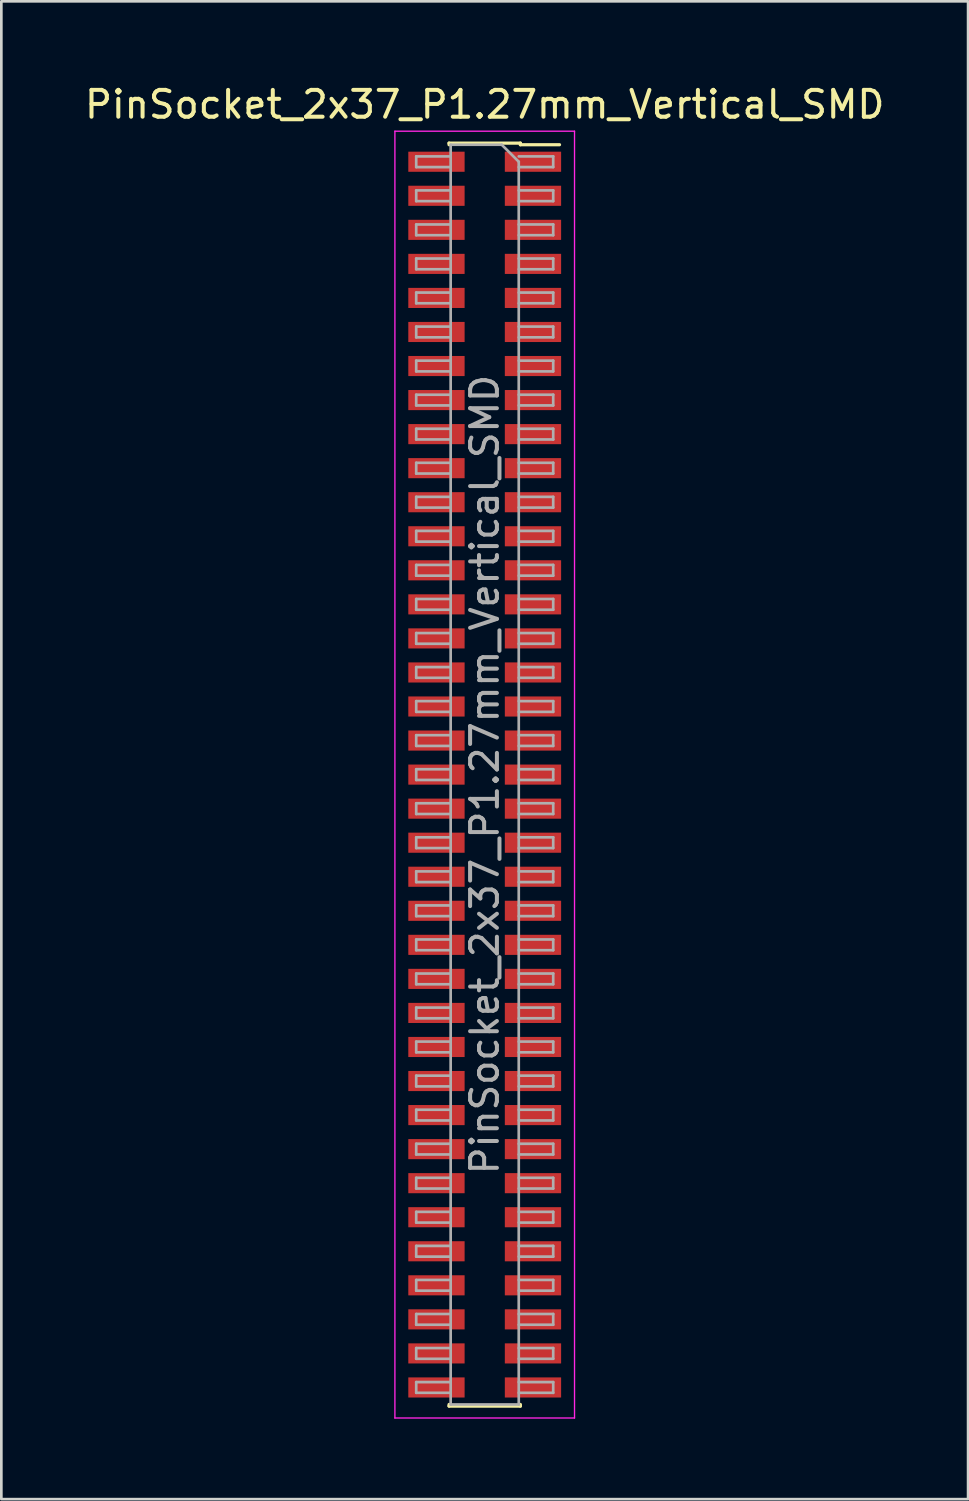
<source format=kicad_pcb>
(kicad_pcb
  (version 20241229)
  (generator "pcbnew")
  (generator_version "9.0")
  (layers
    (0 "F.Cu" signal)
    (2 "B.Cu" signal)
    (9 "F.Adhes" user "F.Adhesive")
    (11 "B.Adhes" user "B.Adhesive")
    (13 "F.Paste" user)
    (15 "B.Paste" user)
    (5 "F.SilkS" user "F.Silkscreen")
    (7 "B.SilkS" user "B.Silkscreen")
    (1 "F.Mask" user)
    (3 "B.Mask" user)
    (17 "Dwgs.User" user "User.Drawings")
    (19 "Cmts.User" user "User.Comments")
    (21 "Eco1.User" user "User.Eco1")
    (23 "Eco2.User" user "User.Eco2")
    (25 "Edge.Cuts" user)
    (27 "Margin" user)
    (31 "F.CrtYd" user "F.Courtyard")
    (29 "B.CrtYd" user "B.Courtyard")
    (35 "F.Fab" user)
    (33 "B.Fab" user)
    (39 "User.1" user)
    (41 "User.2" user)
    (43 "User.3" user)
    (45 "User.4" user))
  (footprint "PinSocket_2x37_P1.27mm_Vertical_SMD"
    (layer "F.Cu")
    (at 15.03 25.843)
    (property "Reference" "PinSocket_2x37_P1.27mm_Vertical_SMD" (at 0 -24.995 0) (layer "F.SilkS") (effects (font (size 1 1) (thickness 0.15))))
    (attr smd)
    (fp_line (start -1.33 -23.555) (end -1.33 -23.495) (stroke (width 0.12) (type solid)) (layer "F.SilkS"))
    (fp_line (start -1.33 -23.555) (end 1.33 -23.555) (stroke (width 0.12) (type solid)) (layer "F.SilkS"))
    (fp_line (start -1.33 23.495) (end -1.33 23.555) (stroke (width 0.12) (type solid)) (layer "F.SilkS"))
    (fp_line (start -1.33 23.555) (end 1.33 23.555) (stroke (width 0.12) (type solid)) (layer "F.SilkS"))
    (fp_line (start 1.33 -23.555) (end 1.33 -23.495) (stroke (width 0.12) (type solid)) (layer "F.SilkS"))
    (fp_line (start 1.33 -23.495) (end 2.79 -23.495) (stroke (width 0.12) (type solid)) (layer "F.SilkS"))
    (fp_line (start 1.33 23.495) (end 1.33 23.555) (stroke (width 0.12) (type solid)) (layer "F.SilkS"))
    (fp_line (start -3.35 -24) (end 3.35 -24) (stroke (width 0.05) (type solid)) (layer "F.CrtYd"))
    (fp_line (start -3.35 24) (end -3.35 -24) (stroke (width 0.05) (type solid)) (layer "F.CrtYd"))
    (fp_line (start 3.35 -24) (end 3.35 24) (stroke (width 0.05) (type solid)) (layer "F.CrtYd"))
    (fp_line (start 3.35 24) (end -3.35 24) (stroke (width 0.05) (type solid)) (layer "F.CrtYd"))
    (fp_line (start -2.555 -23.06) (end -1.27 -23.06) (stroke (width 0.1) (type solid)) (layer "F.Fab"))
    (fp_line (start -2.555 -22.66) (end -2.555 -23.06) (stroke (width 0.1) (type solid)) (layer "F.Fab"))
    (fp_line (start -2.555 -21.79) (end -1.27 -21.79) (stroke (width 0.1) (type solid)) (layer "F.Fab"))
    (fp_line (start -2.555 -21.39) (end -2.555 -21.79) (stroke (width 0.1) (type solid)) (layer "F.Fab"))
    (fp_line (start -2.555 -20.52) (end -1.27 -20.52) (stroke (width 0.1) (type solid)) (layer "F.Fab"))
    (fp_line (start -2.555 -20.12) (end -2.555 -20.52) (stroke (width 0.1) (type solid)) (layer "F.Fab"))
    (fp_line (start -2.555 -19.25) (end -1.27 -19.25) (stroke (width 0.1) (type solid)) (layer "F.Fab"))
    (fp_line (start -2.555 -18.85) (end -2.555 -19.25) (stroke (width 0.1) (type solid)) (layer "F.Fab"))
    (fp_line (start -2.555 -17.98) (end -1.27 -17.98) (stroke (width 0.1) (type solid)) (layer "F.Fab"))
    (fp_line (start -2.555 -17.58) (end -2.555 -17.98) (stroke (width 0.1) (type solid)) (layer "F.Fab"))
    (fp_line (start -2.555 -16.71) (end -1.27 -16.71) (stroke (width 0.1) (type solid)) (layer "F.Fab"))
    (fp_line (start -2.555 -16.31) (end -2.555 -16.71) (stroke (width 0.1) (type solid)) (layer "F.Fab"))
    (fp_line (start -2.555 -15.44) (end -1.27 -15.44) (stroke (width 0.1) (type solid)) (layer "F.Fab"))
    (fp_line (start -2.555 -15.04) (end -2.555 -15.44) (stroke (width 0.1) (type solid)) (layer "F.Fab"))
    (fp_line (start -2.555 -14.17) (end -1.27 -14.17) (stroke (width 0.1) (type solid)) (layer "F.Fab"))
    (fp_line (start -2.555 -13.77) (end -2.555 -14.17) (stroke (width 0.1) (type solid)) (layer "F.Fab"))
    (fp_line (start -2.555 -12.9) (end -1.27 -12.9) (stroke (width 0.1) (type solid)) (layer "F.Fab"))
    (fp_line (start -2.555 -12.5) (end -2.555 -12.9) (stroke (width 0.1) (type solid)) (layer "F.Fab"))
    (fp_line (start -2.555 -11.63) (end -1.27 -11.63) (stroke (width 0.1) (type solid)) (layer "F.Fab"))
    (fp_line (start -2.555 -11.23) (end -2.555 -11.63) (stroke (width 0.1) (type solid)) (layer "F.Fab"))
    (fp_line (start -2.555 -10.36) (end -1.27 -10.36) (stroke (width 0.1) (type solid)) (layer "F.Fab"))
    (fp_line (start -2.555 -9.96) (end -2.555 -10.36) (stroke (width 0.1) (type solid)) (layer "F.Fab"))
    (fp_line (start -2.555 -9.09) (end -1.27 -9.09) (stroke (width 0.1) (type solid)) (layer "F.Fab"))
    (fp_line (start -2.555 -8.69) (end -2.555 -9.09) (stroke (width 0.1) (type solid)) (layer "F.Fab"))
    (fp_line (start -2.555 -7.82) (end -1.27 -7.82) (stroke (width 0.1) (type solid)) (layer "F.Fab"))
    (fp_line (start -2.555 -7.42) (end -2.555 -7.82) (stroke (width 0.1) (type solid)) (layer "F.Fab"))
    (fp_line (start -2.555 -6.55) (end -1.27 -6.55) (stroke (width 0.1) (type solid)) (layer "F.Fab"))
    (fp_line (start -2.555 -6.15) (end -2.555 -6.55) (stroke (width 0.1) (type solid)) (layer "F.Fab"))
    (fp_line (start -2.555 -5.28) (end -1.27 -5.28) (stroke (width 0.1) (type solid)) (layer "F.Fab"))
    (fp_line (start -2.555 -4.88) (end -2.555 -5.28) (stroke (width 0.1) (type solid)) (layer "F.Fab"))
    (fp_line (start -2.555 -4.01) (end -1.27 -4.01) (stroke (width 0.1) (type solid)) (layer "F.Fab"))
    (fp_line (start -2.555 -3.61) (end -2.555 -4.01) (stroke (width 0.1) (type solid)) (layer "F.Fab"))
    (fp_line (start -2.555 -2.74) (end -1.27 -2.74) (stroke (width 0.1) (type solid)) (layer "F.Fab"))
    (fp_line (start -2.555 -2.34) (end -2.555 -2.74) (stroke (width 0.1) (type solid)) (layer "F.Fab"))
    (fp_line (start -2.555 -1.47) (end -1.27 -1.47) (stroke (width 0.1) (type solid)) (layer "F.Fab"))
    (fp_line (start -2.555 -1.07) (end -2.555 -1.47) (stroke (width 0.1) (type solid)) (layer "F.Fab"))
    (fp_line (start -2.555 -0.2) (end -1.27 -0.2) (stroke (width 0.1) (type solid)) (layer "F.Fab"))
    (fp_line (start -2.555 0.2) (end -2.555 -0.2) (stroke (width 0.1) (type solid)) (layer "F.Fab"))
    (fp_line (start -2.555 1.07) (end -1.27 1.07) (stroke (width 0.1) (type solid)) (layer "F.Fab"))
    (fp_line (start -2.555 1.47) (end -2.555 1.07) (stroke (width 0.1) (type solid)) (layer "F.Fab"))
    (fp_line (start -2.555 2.34) (end -1.27 2.34) (stroke (width 0.1) (type solid)) (layer "F.Fab"))
    (fp_line (start -2.555 2.74) (end -2.555 2.34) (stroke (width 0.1) (type solid)) (layer "F.Fab"))
    (fp_line (start -2.555 3.61) (end -1.27 3.61) (stroke (width 0.1) (type solid)) (layer "F.Fab"))
    (fp_line (start -2.555 4.01) (end -2.555 3.61) (stroke (width 0.1) (type solid)) (layer "F.Fab"))
    (fp_line (start -2.555 4.88) (end -1.27 4.88) (stroke (width 0.1) (type solid)) (layer "F.Fab"))
    (fp_line (start -2.555 5.28) (end -2.555 4.88) (stroke (width 0.1) (type solid)) (layer "F.Fab"))
    (fp_line (start -2.555 6.15) (end -1.27 6.15) (stroke (width 0.1) (type solid)) (layer "F.Fab"))
    (fp_line (start -2.555 6.55) (end -2.555 6.15) (stroke (width 0.1) (type solid)) (layer "F.Fab"))
    (fp_line (start -2.555 7.42) (end -1.27 7.42) (stroke (width 0.1) (type solid)) (layer "F.Fab"))
    (fp_line (start -2.555 7.82) (end -2.555 7.42) (stroke (width 0.1) (type solid)) (layer "F.Fab"))
    (fp_line (start -2.555 8.69) (end -1.27 8.69) (stroke (width 0.1) (type solid)) (layer "F.Fab"))
    (fp_line (start -2.555 9.09) (end -2.555 8.69) (stroke (width 0.1) (type solid)) (layer "F.Fab"))
    (fp_line (start -2.555 9.96) (end -1.27 9.96) (stroke (width 0.1) (type solid)) (layer "F.Fab"))
    (fp_line (start -2.555 10.36) (end -2.555 9.96) (stroke (width 0.1) (type solid)) (layer "F.Fab"))
    (fp_line (start -2.555 11.23) (end -1.27 11.23) (stroke (width 0.1) (type solid)) (layer "F.Fab"))
    (fp_line (start -2.555 11.63) (end -2.555 11.23) (stroke (width 0.1) (type solid)) (layer "F.Fab"))
    (fp_line (start -2.555 12.5) (end -1.27 12.5) (stroke (width 0.1) (type solid)) (layer "F.Fab"))
    (fp_line (start -2.555 12.9) (end -2.555 12.5) (stroke (width 0.1) (type solid)) (layer "F.Fab"))
    (fp_line (start -2.555 13.77) (end -1.27 13.77) (stroke (width 0.1) (type solid)) (layer "F.Fab"))
    (fp_line (start -2.555 14.17) (end -2.555 13.77) (stroke (width 0.1) (type solid)) (layer "F.Fab"))
    (fp_line (start -2.555 15.04) (end -1.27 15.04) (stroke (width 0.1) (type solid)) (layer "F.Fab"))
    (fp_line (start -2.555 15.44) (end -2.555 15.04) (stroke (width 0.1) (type solid)) (layer "F.Fab"))
    (fp_line (start -2.555 16.31) (end -1.27 16.31) (stroke (width 0.1) (type solid)) (layer "F.Fab"))
    (fp_line (start -2.555 16.71) (end -2.555 16.31) (stroke (width 0.1) (type solid)) (layer "F.Fab"))
    (fp_line (start -2.555 17.58) (end -1.27 17.58) (stroke (width 0.1) (type solid)) (layer "F.Fab"))
    (fp_line (start -2.555 17.98) (end -2.555 17.58) (stroke (width 0.1) (type solid)) (layer "F.Fab"))
    (fp_line (start -2.555 18.85) (end -1.27 18.85) (stroke (width 0.1) (type solid)) (layer "F.Fab"))
    (fp_line (start -2.555 19.25) (end -2.555 18.85) (stroke (width 0.1) (type solid)) (layer "F.Fab"))
    (fp_line (start -2.555 20.12) (end -1.27 20.12) (stroke (width 0.1) (type solid)) (layer "F.Fab"))
    (fp_line (start -2.555 20.52) (end -2.555 20.12) (stroke (width 0.1) (type solid)) (layer "F.Fab"))
    (fp_line (start -2.555 21.39) (end -1.27 21.39) (stroke (width 0.1) (type solid)) (layer "F.Fab"))
    (fp_line (start -2.555 21.79) (end -2.555 21.39) (stroke (width 0.1) (type solid)) (layer "F.Fab"))
    (fp_line (start -2.555 22.66) (end -1.27 22.66) (stroke (width 0.1) (type solid)) (layer "F.Fab"))
    (fp_line (start -2.555 23.06) (end -2.555 22.66) (stroke (width 0.1) (type solid)) (layer "F.Fab"))
    (fp_line (start -1.27 -23.495) (end 0.635 -23.495) (stroke (width 0.1) (type solid)) (layer "F.Fab"))
    (fp_line (start -1.27 -22.66) (end -2.555 -22.66) (stroke (width 0.1) (type solid)) (layer "F.Fab"))
    (fp_line (start -1.27 -21.39) (end -2.555 -21.39) (stroke (width 0.1) (type solid)) (layer "F.Fab"))
    (fp_line (start -1.27 -20.12) (end -2.555 -20.12) (stroke (width 0.1) (type solid)) (layer "F.Fab"))
    (fp_line (start -1.27 -18.85) (end -2.555 -18.85) (stroke (width 0.1) (type solid)) (layer "F.Fab"))
    (fp_line (start -1.27 -17.58) (end -2.555 -17.58) (stroke (width 0.1) (type solid)) (layer "F.Fab"))
    (fp_line (start -1.27 -16.31) (end -2.555 -16.31) (stroke (width 0.1) (type solid)) (layer "F.Fab"))
    (fp_line (start -1.27 -15.04) (end -2.555 -15.04) (stroke (width 0.1) (type solid)) (layer "F.Fab"))
    (fp_line (start -1.27 -13.77) (end -2.555 -13.77) (stroke (width 0.1) (type solid)) (layer "F.Fab"))
    (fp_line (start -1.27 -12.5) (end -2.555 -12.5) (stroke (width 0.1) (type solid)) (layer "F.Fab"))
    (fp_line (start -1.27 -11.23) (end -2.555 -11.23) (stroke (width 0.1) (type solid)) (layer "F.Fab"))
    (fp_line (start -1.27 -9.96) (end -2.555 -9.96) (stroke (width 0.1) (type solid)) (layer "F.Fab"))
    (fp_line (start -1.27 -8.69) (end -2.555 -8.69) (stroke (width 0.1) (type solid)) (layer "F.Fab"))
    (fp_line (start -1.27 -7.42) (end -2.555 -7.42) (stroke (width 0.1) (type solid)) (layer "F.Fab"))
    (fp_line (start -1.27 -6.15) (end -2.555 -6.15) (stroke (width 0.1) (type solid)) (layer "F.Fab"))
    (fp_line (start -1.27 -4.88) (end -2.555 -4.88) (stroke (width 0.1) (type solid)) (layer "F.Fab"))
    (fp_line (start -1.27 -3.61) (end -2.555 -3.61) (stroke (width 0.1) (type solid)) (layer "F.Fab"))
    (fp_line (start -1.27 -2.34) (end -2.555 -2.34) (stroke (width 0.1) (type solid)) (layer "F.Fab"))
    (fp_line (start -1.27 -1.07) (end -2.555 -1.07) (stroke (width 0.1) (type solid)) (layer "F.Fab"))
    (fp_line (start -1.27 0.2) (end -2.555 0.2) (stroke (width 0.1) (type solid)) (layer "F.Fab"))
    (fp_line (start -1.27 1.47) (end -2.555 1.47) (stroke (width 0.1) (type solid)) (layer "F.Fab"))
    (fp_line (start -1.27 2.74) (end -2.555 2.74) (stroke (width 0.1) (type solid)) (layer "F.Fab"))
    (fp_line (start -1.27 4.01) (end -2.555 4.01) (stroke (width 0.1) (type solid)) (layer "F.Fab"))
    (fp_line (start -1.27 5.28) (end -2.555 5.28) (stroke (width 0.1) (type solid)) (layer "F.Fab"))
    (fp_line (start -1.27 6.55) (end -2.555 6.55) (stroke (width 0.1) (type solid)) (layer "F.Fab"))
    (fp_line (start -1.27 7.82) (end -2.555 7.82) (stroke (width 0.1) (type solid)) (layer "F.Fab"))
    (fp_line (start -1.27 9.09) (end -2.555 9.09) (stroke (width 0.1) (type solid)) (layer "F.Fab"))
    (fp_line (start -1.27 10.36) (end -2.555 10.36) (stroke (width 0.1) (type solid)) (layer "F.Fab"))
    (fp_line (start -1.27 11.63) (end -2.555 11.63) (stroke (width 0.1) (type solid)) (layer "F.Fab"))
    (fp_line (start -1.27 12.9) (end -2.555 12.9) (stroke (width 0.1) (type solid)) (layer "F.Fab"))
    (fp_line (start -1.27 14.17) (end -2.555 14.17) (stroke (width 0.1) (type solid)) (layer "F.Fab"))
    (fp_line (start -1.27 15.44) (end -2.555 15.44) (stroke (width 0.1) (type solid)) (layer "F.Fab"))
    (fp_line (start -1.27 16.71) (end -2.555 16.71) (stroke (width 0.1) (type solid)) (layer "F.Fab"))
    (fp_line (start -1.27 17.98) (end -2.555 17.98) (stroke (width 0.1) (type solid)) (layer "F.Fab"))
    (fp_line (start -1.27 19.25) (end -2.555 19.25) (stroke (width 0.1) (type solid)) (layer "F.Fab"))
    (fp_line (start -1.27 20.52) (end -2.555 20.52) (stroke (width 0.1) (type solid)) (layer "F.Fab"))
    (fp_line (start -1.27 21.79) (end -2.555 21.79) (stroke (width 0.1) (type solid)) (layer "F.Fab"))
    (fp_line (start -1.27 23.06) (end -2.555 23.06) (stroke (width 0.1) (type solid)) (layer "F.Fab"))
    (fp_line (start -1.27 23.495) (end -1.27 -23.495) (stroke (width 0.1) (type solid)) (layer "F.Fab"))
    (fp_line (start 0.635 -23.495) (end 1.27 -22.86) (stroke (width 0.1) (type solid)) (layer "F.Fab"))
    (fp_line (start 1.27 -23.06) (end 2.555 -23.06) (stroke (width 0.1) (type solid)) (layer "F.Fab"))
    (fp_line (start 1.27 -22.86) (end 1.27 23.495) (stroke (width 0.1) (type solid)) (layer "F.Fab"))
    (fp_line (start 1.27 -21.79) (end 2.555 -21.79) (stroke (width 0.1) (type solid)) (layer "F.Fab"))
    (fp_line (start 1.27 -20.52) (end 2.555 -20.52) (stroke (width 0.1) (type solid)) (layer "F.Fab"))
    (fp_line (start 1.27 -19.25) (end 2.555 -19.25) (stroke (width 0.1) (type solid)) (layer "F.Fab"))
    (fp_line (start 1.27 -17.98) (end 2.555 -17.98) (stroke (width 0.1) (type solid)) (layer "F.Fab"))
    (fp_line (start 1.27 -16.71) (end 2.555 -16.71) (stroke (width 0.1) (type solid)) (layer "F.Fab"))
    (fp_line (start 1.27 -15.44) (end 2.555 -15.44) (stroke (width 0.1) (type solid)) (layer "F.Fab"))
    (fp_line (start 1.27 -14.17) (end 2.555 -14.17) (stroke (width 0.1) (type solid)) (layer "F.Fab"))
    (fp_line (start 1.27 -12.9) (end 2.555 -12.9) (stroke (width 0.1) (type solid)) (layer "F.Fab"))
    (fp_line (start 1.27 -11.63) (end 2.555 -11.63) (stroke (width 0.1) (type solid)) (layer "F.Fab"))
    (fp_line (start 1.27 -10.36) (end 2.555 -10.36) (stroke (width 0.1) (type solid)) (layer "F.Fab"))
    (fp_line (start 1.27 -9.09) (end 2.555 -9.09) (stroke (width 0.1) (type solid)) (layer "F.Fab"))
    (fp_line (start 1.27 -7.82) (end 2.555 -7.82) (stroke (width 0.1) (type solid)) (layer "F.Fab"))
    (fp_line (start 1.27 -6.55) (end 2.555 -6.55) (stroke (width 0.1) (type solid)) (layer "F.Fab"))
    (fp_line (start 1.27 -5.28) (end 2.555 -5.28) (stroke (width 0.1) (type solid)) (layer "F.Fab"))
    (fp_line (start 1.27 -4.01) (end 2.555 -4.01) (stroke (width 0.1) (type solid)) (layer "F.Fab"))
    (fp_line (start 1.27 -2.74) (end 2.555 -2.74) (stroke (width 0.1) (type solid)) (layer "F.Fab"))
    (fp_line (start 1.27 -1.47) (end 2.555 -1.47) (stroke (width 0.1) (type solid)) (layer "F.Fab"))
    (fp_line (start 1.27 -0.2) (end 2.555 -0.2) (stroke (width 0.1) (type solid)) (layer "F.Fab"))
    (fp_line (start 1.27 1.07) (end 2.555 1.07) (stroke (width 0.1) (type solid)) (layer "F.Fab"))
    (fp_line (start 1.27 2.34) (end 2.555 2.34) (stroke (width 0.1) (type solid)) (layer "F.Fab"))
    (fp_line (start 1.27 3.61) (end 2.555 3.61) (stroke (width 0.1) (type solid)) (layer "F.Fab"))
    (fp_line (start 1.27 4.88) (end 2.555 4.88) (stroke (width 0.1) (type solid)) (layer "F.Fab"))
    (fp_line (start 1.27 6.15) (end 2.555 6.15) (stroke (width 0.1) (type solid)) (layer "F.Fab"))
    (fp_line (start 1.27 7.42) (end 2.555 7.42) (stroke (width 0.1) (type solid)) (layer "F.Fab"))
    (fp_line (start 1.27 8.69) (end 2.555 8.69) (stroke (width 0.1) (type solid)) (layer "F.Fab"))
    (fp_line (start 1.27 9.96) (end 2.555 9.96) (stroke (width 0.1) (type solid)) (layer "F.Fab"))
    (fp_line (start 1.27 11.23) (end 2.555 11.23) (stroke (width 0.1) (type solid)) (layer "F.Fab"))
    (fp_line (start 1.27 12.5) (end 2.555 12.5) (stroke (width 0.1) (type solid)) (layer "F.Fab"))
    (fp_line (start 1.27 13.77) (end 2.555 13.77) (stroke (width 0.1) (type solid)) (layer "F.Fab"))
    (fp_line (start 1.27 15.04) (end 2.555 15.04) (stroke (width 0.1) (type solid)) (layer "F.Fab"))
    (fp_line (start 1.27 16.31) (end 2.555 16.31) (stroke (width 0.1) (type solid)) (layer "F.Fab"))
    (fp_line (start 1.27 17.58) (end 2.555 17.58) (stroke (width 0.1) (type solid)) (layer "F.Fab"))
    (fp_line (start 1.27 18.85) (end 2.555 18.85) (stroke (width 0.1) (type solid)) (layer "F.Fab"))
    (fp_line (start 1.27 20.12) (end 2.555 20.12) (stroke (width 0.1) (type solid)) (layer "F.Fab"))
    (fp_line (start 1.27 21.39) (end 2.555 21.39) (stroke (width 0.1) (type solid)) (layer "F.Fab"))
    (fp_line (start 1.27 22.66) (end 2.555 22.66) (stroke (width 0.1) (type solid)) (layer "F.Fab"))
    (fp_line (start 1.27 23.495) (end -1.27 23.495) (stroke (width 0.1) (type solid)) (layer "F.Fab"))
    (fp_line (start 2.555 -23.06) (end 2.555 -22.66) (stroke (width 0.1) (type solid)) (layer "F.Fab"))
    (fp_line (start 2.555 -22.66) (end 1.27 -22.66) (stroke (width 0.1) (type solid)) (layer "F.Fab"))
    (fp_line (start 2.555 -21.79) (end 2.555 -21.39) (stroke (width 0.1) (type solid)) (layer "F.Fab"))
    (fp_line (start 2.555 -21.39) (end 1.27 -21.39) (stroke (width 0.1) (type solid)) (layer "F.Fab"))
    (fp_line (start 2.555 -20.52) (end 2.555 -20.12) (stroke (width 0.1) (type solid)) (layer "F.Fab"))
    (fp_line (start 2.555 -20.12) (end 1.27 -20.12) (stroke (width 0.1) (type solid)) (layer "F.Fab"))
    (fp_line (start 2.555 -19.25) (end 2.555 -18.85) (stroke (width 0.1) (type solid)) (layer "F.Fab"))
    (fp_line (start 2.555 -18.85) (end 1.27 -18.85) (stroke (width 0.1) (type solid)) (layer "F.Fab"))
    (fp_line (start 2.555 -17.98) (end 2.555 -17.58) (stroke (width 0.1) (type solid)) (layer "F.Fab"))
    (fp_line (start 2.555 -17.58) (end 1.27 -17.58) (stroke (width 0.1) (type solid)) (layer "F.Fab"))
    (fp_line (start 2.555 -16.71) (end 2.555 -16.31) (stroke (width 0.1) (type solid)) (layer "F.Fab"))
    (fp_line (start 2.555 -16.31) (end 1.27 -16.31) (stroke (width 0.1) (type solid)) (layer "F.Fab"))
    (fp_line (start 2.555 -15.44) (end 2.555 -15.04) (stroke (width 0.1) (type solid)) (layer "F.Fab"))
    (fp_line (start 2.555 -15.04) (end 1.27 -15.04) (stroke (width 0.1) (type solid)) (layer "F.Fab"))
    (fp_line (start 2.555 -14.17) (end 2.555 -13.77) (stroke (width 0.1) (type solid)) (layer "F.Fab"))
    (fp_line (start 2.555 -13.77) (end 1.27 -13.77) (stroke (width 0.1) (type solid)) (layer "F.Fab"))
    (fp_line (start 2.555 -12.9) (end 2.555 -12.5) (stroke (width 0.1) (type solid)) (layer "F.Fab"))
    (fp_line (start 2.555 -12.5) (end 1.27 -12.5) (stroke (width 0.1) (type solid)) (layer "F.Fab"))
    (fp_line (start 2.555 -11.63) (end 2.555 -11.23) (stroke (width 0.1) (type solid)) (layer "F.Fab"))
    (fp_line (start 2.555 -11.23) (end 1.27 -11.23) (stroke (width 0.1) (type solid)) (layer "F.Fab"))
    (fp_line (start 2.555 -10.36) (end 2.555 -9.96) (stroke (width 0.1) (type solid)) (layer "F.Fab"))
    (fp_line (start 2.555 -9.96) (end 1.27 -9.96) (stroke (width 0.1) (type solid)) (layer "F.Fab"))
    (fp_line (start 2.555 -9.09) (end 2.555 -8.69) (stroke (width 0.1) (type solid)) (layer "F.Fab"))
    (fp_line (start 2.555 -8.69) (end 1.27 -8.69) (stroke (width 0.1) (type solid)) (layer "F.Fab"))
    (fp_line (start 2.555 -7.82) (end 2.555 -7.42) (stroke (width 0.1) (type solid)) (layer "F.Fab"))
    (fp_line (start 2.555 -7.42) (end 1.27 -7.42) (stroke (width 0.1) (type solid)) (layer "F.Fab"))
    (fp_line (start 2.555 -6.55) (end 2.555 -6.15) (stroke (width 0.1) (type solid)) (layer "F.Fab"))
    (fp_line (start 2.555 -6.15) (end 1.27 -6.15) (stroke (width 0.1) (type solid)) (layer "F.Fab"))
    (fp_line (start 2.555 -5.28) (end 2.555 -4.88) (stroke (width 0.1) (type solid)) (layer "F.Fab"))
    (fp_line (start 2.555 -4.88) (end 1.27 -4.88) (stroke (width 0.1) (type solid)) (layer "F.Fab"))
    (fp_line (start 2.555 -4.01) (end 2.555 -3.61) (stroke (width 0.1) (type solid)) (layer "F.Fab"))
    (fp_line (start 2.555 -3.61) (end 1.27 -3.61) (stroke (width 0.1) (type solid)) (layer "F.Fab"))
    (fp_line (start 2.555 -2.74) (end 2.555 -2.34) (stroke (width 0.1) (type solid)) (layer "F.Fab"))
    (fp_line (start 2.555 -2.34) (end 1.27 -2.34) (stroke (width 0.1) (type solid)) (layer "F.Fab"))
    (fp_line (start 2.555 -1.47) (end 2.555 -1.07) (stroke (width 0.1) (type solid)) (layer "F.Fab"))
    (fp_line (start 2.555 -1.07) (end 1.27 -1.07) (stroke (width 0.1) (type solid)) (layer "F.Fab"))
    (fp_line (start 2.555 -0.2) (end 2.555 0.2) (stroke (width 0.1) (type solid)) (layer "F.Fab"))
    (fp_line (start 2.555 0.2) (end 1.27 0.2) (stroke (width 0.1) (type solid)) (layer "F.Fab"))
    (fp_line (start 2.555 1.07) (end 2.555 1.47) (stroke (width 0.1) (type solid)) (layer "F.Fab"))
    (fp_line (start 2.555 1.47) (end 1.27 1.47) (stroke (width 0.1) (type solid)) (layer "F.Fab"))
    (fp_line (start 2.555 2.34) (end 2.555 2.74) (stroke (width 0.1) (type solid)) (layer "F.Fab"))
    (fp_line (start 2.555 2.74) (end 1.27 2.74) (stroke (width 0.1) (type solid)) (layer "F.Fab"))
    (fp_line (start 2.555 3.61) (end 2.555 4.01) (stroke (width 0.1) (type solid)) (layer "F.Fab"))
    (fp_line (start 2.555 4.01) (end 1.27 4.01) (stroke (width 0.1) (type solid)) (layer "F.Fab"))
    (fp_line (start 2.555 4.88) (end 2.555 5.28) (stroke (width 0.1) (type solid)) (layer "F.Fab"))
    (fp_line (start 2.555 5.28) (end 1.27 5.28) (stroke (width 0.1) (type solid)) (layer "F.Fab"))
    (fp_line (start 2.555 6.15) (end 2.555 6.55) (stroke (width 0.1) (type solid)) (layer "F.Fab"))
    (fp_line (start 2.555 6.55) (end 1.27 6.55) (stroke (width 0.1) (type solid)) (layer "F.Fab"))
    (fp_line (start 2.555 7.42) (end 2.555 7.82) (stroke (width 0.1) (type solid)) (layer "F.Fab"))
    (fp_line (start 2.555 7.82) (end 1.27 7.82) (stroke (width 0.1) (type solid)) (layer "F.Fab"))
    (fp_line (start 2.555 8.69) (end 2.555 9.09) (stroke (width 0.1) (type solid)) (layer "F.Fab"))
    (fp_line (start 2.555 9.09) (end 1.27 9.09) (stroke (width 0.1) (type solid)) (layer "F.Fab"))
    (fp_line (start 2.555 9.96) (end 2.555 10.36) (stroke (width 0.1) (type solid)) (layer "F.Fab"))
    (fp_line (start 2.555 10.36) (end 1.27 10.36) (stroke (width 0.1) (type solid)) (layer "F.Fab"))
    (fp_line (start 2.555 11.23) (end 2.555 11.63) (stroke (width 0.1) (type solid)) (layer "F.Fab"))
    (fp_line (start 2.555 11.63) (end 1.27 11.63) (stroke (width 0.1) (type solid)) (layer "F.Fab"))
    (fp_line (start 2.555 12.5) (end 2.555 12.9) (stroke (width 0.1) (type solid)) (layer "F.Fab"))
    (fp_line (start 2.555 12.9) (end 1.27 12.9) (stroke (width 0.1) (type solid)) (layer "F.Fab"))
    (fp_line (start 2.555 13.77) (end 2.555 14.17) (stroke (width 0.1) (type solid)) (layer "F.Fab"))
    (fp_line (start 2.555 14.17) (end 1.27 14.17) (stroke (width 0.1) (type solid)) (layer "F.Fab"))
    (fp_line (start 2.555 15.04) (end 2.555 15.44) (stroke (width 0.1) (type solid)) (layer "F.Fab"))
    (fp_line (start 2.555 15.44) (end 1.27 15.44) (stroke (width 0.1) (type solid)) (layer "F.Fab"))
    (fp_line (start 2.555 16.31) (end 2.555 16.71) (stroke (width 0.1) (type solid)) (layer "F.Fab"))
    (fp_line (start 2.555 16.71) (end 1.27 16.71) (stroke (width 0.1) (type solid)) (layer "F.Fab"))
    (fp_line (start 2.555 17.58) (end 2.555 17.98) (stroke (width 0.1) (type solid)) (layer "F.Fab"))
    (fp_line (start 2.555 17.98) (end 1.27 17.98) (stroke (width 0.1) (type solid)) (layer "F.Fab"))
    (fp_line (start 2.555 18.85) (end 2.555 19.25) (stroke (width 0.1) (type solid)) (layer "F.Fab"))
    (fp_line (start 2.555 19.25) (end 1.27 19.25) (stroke (width 0.1) (type solid)) (layer "F.Fab"))
    (fp_line (start 2.555 20.12) (end 2.555 20.52) (stroke (width 0.1) (type solid)) (layer "F.Fab"))
    (fp_line (start 2.555 20.52) (end 1.27 20.52) (stroke (width 0.1) (type solid)) (layer "F.Fab"))
    (fp_line (start 2.555 21.39) (end 2.555 21.79) (stroke (width 0.1) (type solid)) (layer "F.Fab"))
    (fp_line (start 2.555 21.79) (end 1.27 21.79) (stroke (width 0.1) (type solid)) (layer "F.Fab"))
    (fp_line (start 2.555 22.66) (end 2.555 23.06) (stroke (width 0.1) (type solid)) (layer "F.Fab"))
    (fp_line (start 2.555 23.06) (end 1.27 23.06) (stroke (width 0.1) (type solid)) (layer "F.Fab"))
    (fp_text user "${REFERENCE}" (at 0 0 90) (layer "F.Fab") (effects (font (size 1 1) (thickness 0.15))))
    (pad "1" smd rect (at 1.8 -22.86) (size 2.1 0.75) (layers "F.Cu" "F.Mask" "F.Paste"))
    (pad "2" smd rect (at -1.8 -22.86) (size 2.1 0.75) (layers "F.Cu" "F.Mask" "F.Paste"))
    (pad "3" smd rect (at 1.8 -21.59) (size 2.1 0.75) (layers "F.Cu" "F.Mask" "F.Paste"))
    (pad "4" smd rect (at -1.8 -21.59) (size 2.1 0.75) (layers "F.Cu" "F.Mask" "F.Paste"))
    (pad "5" smd rect (at 1.8 -20.32) (size 2.1 0.75) (layers "F.Cu" "F.Mask" "F.Paste"))
    (pad "6" smd rect (at -1.8 -20.32) (size 2.1 0.75) (layers "F.Cu" "F.Mask" "F.Paste"))
    (pad "7" smd rect (at 1.8 -19.05) (size 2.1 0.75) (layers "F.Cu" "F.Mask" "F.Paste"))
    (pad "8" smd rect (at -1.8 -19.05) (size 2.1 0.75) (layers "F.Cu" "F.Mask" "F.Paste"))
    (pad "9" smd rect (at 1.8 -17.78) (size 2.1 0.75) (layers "F.Cu" "F.Mask" "F.Paste"))
    (pad "10" smd rect (at -1.8 -17.78) (size 2.1 0.75) (layers "F.Cu" "F.Mask" "F.Paste"))
    (pad "11" smd rect (at 1.8 -16.51) (size 2.1 0.75) (layers "F.Cu" "F.Mask" "F.Paste"))
    (pad "12" smd rect (at -1.8 -16.51) (size 2.1 0.75) (layers "F.Cu" "F.Mask" "F.Paste"))
    (pad "13" smd rect (at 1.8 -15.24) (size 2.1 0.75) (layers "F.Cu" "F.Mask" "F.Paste"))
    (pad "14" smd rect (at -1.8 -15.24) (size 2.1 0.75) (layers "F.Cu" "F.Mask" "F.Paste"))
    (pad "15" smd rect (at 1.8 -13.97) (size 2.1 0.75) (layers "F.Cu" "F.Mask" "F.Paste"))
    (pad "16" smd rect (at -1.8 -13.97) (size 2.1 0.75) (layers "F.Cu" "F.Mask" "F.Paste"))
    (pad "17" smd rect (at 1.8 -12.7) (size 2.1 0.75) (layers "F.Cu" "F.Mask" "F.Paste"))
    (pad "18" smd rect (at -1.8 -12.7) (size 2.1 0.75) (layers "F.Cu" "F.Mask" "F.Paste"))
    (pad "19" smd rect (at 1.8 -11.43) (size 2.1 0.75) (layers "F.Cu" "F.Mask" "F.Paste"))
    (pad "20" smd rect (at -1.8 -11.43) (size 2.1 0.75) (layers "F.Cu" "F.Mask" "F.Paste"))
    (pad "21" smd rect (at 1.8 -10.16) (size 2.1 0.75) (layers "F.Cu" "F.Mask" "F.Paste"))
    (pad "22" smd rect (at -1.8 -10.16) (size 2.1 0.75) (layers "F.Cu" "F.Mask" "F.Paste"))
    (pad "23" smd rect (at 1.8 -8.89) (size 2.1 0.75) (layers "F.Cu" "F.Mask" "F.Paste"))
    (pad "24" smd rect (at -1.8 -8.89) (size 2.1 0.75) (layers "F.Cu" "F.Mask" "F.Paste"))
    (pad "25" smd rect (at 1.8 -7.62) (size 2.1 0.75) (layers "F.Cu" "F.Mask" "F.Paste"))
    (pad "26" smd rect (at -1.8 -7.62) (size 2.1 0.75) (layers "F.Cu" "F.Mask" "F.Paste"))
    (pad "27" smd rect (at 1.8 -6.35) (size 2.1 0.75) (layers "F.Cu" "F.Mask" "F.Paste"))
    (pad "28" smd rect (at -1.8 -6.35) (size 2.1 0.75) (layers "F.Cu" "F.Mask" "F.Paste"))
    (pad "29" smd rect (at 1.8 -5.08) (size 2.1 0.75) (layers "F.Cu" "F.Mask" "F.Paste"))
    (pad "30" smd rect (at -1.8 -5.08) (size 2.1 0.75) (layers "F.Cu" "F.Mask" "F.Paste"))
    (pad "31" smd rect (at 1.8 -3.81) (size 2.1 0.75) (layers "F.Cu" "F.Mask" "F.Paste"))
    (pad "32" smd rect (at -1.8 -3.81) (size 2.1 0.75) (layers "F.Cu" "F.Mask" "F.Paste"))
    (pad "33" smd rect (at 1.8 -2.54) (size 2.1 0.75) (layers "F.Cu" "F.Mask" "F.Paste"))
    (pad "34" smd rect (at -1.8 -2.54) (size 2.1 0.75) (layers "F.Cu" "F.Mask" "F.Paste"))
    (pad "35" smd rect (at 1.8 -1.27) (size 2.1 0.75) (layers "F.Cu" "F.Mask" "F.Paste"))
    (pad "36" smd rect (at -1.8 -1.27) (size 2.1 0.75) (layers "F.Cu" "F.Mask" "F.Paste"))
    (pad "37" smd rect (at 1.8 0) (size 2.1 0.75) (layers "F.Cu" "F.Mask" "F.Paste"))
    (pad "38" smd rect (at -1.8 0) (size 2.1 0.75) (layers "F.Cu" "F.Mask" "F.Paste"))
    (pad "39" smd rect (at 1.8 1.27) (size 2.1 0.75) (layers "F.Cu" "F.Mask" "F.Paste"))
    (pad "40" smd rect (at -1.8 1.27) (size 2.1 0.75) (layers "F.Cu" "F.Mask" "F.Paste"))
    (pad "41" smd rect (at 1.8 2.54) (size 2.1 0.75) (layers "F.Cu" "F.Mask" "F.Paste"))
    (pad "42" smd rect (at -1.8 2.54) (size 2.1 0.75) (layers "F.Cu" "F.Mask" "F.Paste"))
    (pad "43" smd rect (at 1.8 3.81) (size 2.1 0.75) (layers "F.Cu" "F.Mask" "F.Paste"))
    (pad "44" smd rect (at -1.8 3.81) (size 2.1 0.75) (layers "F.Cu" "F.Mask" "F.Paste"))
    (pad "45" smd rect (at 1.8 5.08) (size 2.1 0.75) (layers "F.Cu" "F.Mask" "F.Paste"))
    (pad "46" smd rect (at -1.8 5.08) (size 2.1 0.75) (layers "F.Cu" "F.Mask" "F.Paste"))
    (pad "47" smd rect (at 1.8 6.35) (size 2.1 0.75) (layers "F.Cu" "F.Mask" "F.Paste"))
    (pad "48" smd rect (at -1.8 6.35) (size 2.1 0.75) (layers "F.Cu" "F.Mask" "F.Paste"))
    (pad "49" smd rect (at 1.8 7.62) (size 2.1 0.75) (layers "F.Cu" "F.Mask" "F.Paste"))
    (pad "50" smd rect (at -1.8 7.62) (size 2.1 0.75) (layers "F.Cu" "F.Mask" "F.Paste"))
    (pad "51" smd rect (at 1.8 8.89) (size 2.1 0.75) (layers "F.Cu" "F.Mask" "F.Paste"))
    (pad "52" smd rect (at -1.8 8.89) (size 2.1 0.75) (layers "F.Cu" "F.Mask" "F.Paste"))
    (pad "53" smd rect (at 1.8 10.16) (size 2.1 0.75) (layers "F.Cu" "F.Mask" "F.Paste"))
    (pad "54" smd rect (at -1.8 10.16) (size 2.1 0.75) (layers "F.Cu" "F.Mask" "F.Paste"))
    (pad "55" smd rect (at 1.8 11.43) (size 2.1 0.75) (layers "F.Cu" "F.Mask" "F.Paste"))
    (pad "56" smd rect (at -1.8 11.43) (size 2.1 0.75) (layers "F.Cu" "F.Mask" "F.Paste"))
    (pad "57" smd rect (at 1.8 12.7) (size 2.1 0.75) (layers "F.Cu" "F.Mask" "F.Paste"))
    (pad "58" smd rect (at -1.8 12.7) (size 2.1 0.75) (layers "F.Cu" "F.Mask" "F.Paste"))
    (pad "59" smd rect (at 1.8 13.97) (size 2.1 0.75) (layers "F.Cu" "F.Mask" "F.Paste"))
    (pad "60" smd rect (at -1.8 13.97) (size 2.1 0.75) (layers "F.Cu" "F.Mask" "F.Paste"))
    (pad "61" smd rect (at 1.8 15.24) (size 2.1 0.75) (layers "F.Cu" "F.Mask" "F.Paste"))
    (pad "62" smd rect (at -1.8 15.24) (size 2.1 0.75) (layers "F.Cu" "F.Mask" "F.Paste"))
    (pad "63" smd rect (at 1.8 16.51) (size 2.1 0.75) (layers "F.Cu" "F.Mask" "F.Paste"))
    (pad "64" smd rect (at -1.8 16.51) (size 2.1 0.75) (layers "F.Cu" "F.Mask" "F.Paste"))
    (pad "65" smd rect (at 1.8 17.78) (size 2.1 0.75) (layers "F.Cu" "F.Mask" "F.Paste"))
    (pad "66" smd rect (at -1.8 17.78) (size 2.1 0.75) (layers "F.Cu" "F.Mask" "F.Paste"))
    (pad "67" smd rect (at 1.8 19.05) (size 2.1 0.75) (layers "F.Cu" "F.Mask" "F.Paste"))
    (pad "68" smd rect (at -1.8 19.05) (size 2.1 0.75) (layers "F.Cu" "F.Mask" "F.Paste"))
    (pad "69" smd rect (at 1.8 20.32) (size 2.1 0.75) (layers "F.Cu" "F.Mask" "F.Paste"))
    (pad "70" smd rect (at -1.8 20.32) (size 2.1 0.75) (layers "F.Cu" "F.Mask" "F.Paste"))
    (pad "71" smd rect (at 1.8 21.59) (size 2.1 0.75) (layers "F.Cu" "F.Mask" "F.Paste"))
    (pad "72" smd rect (at -1.8 21.59) (size 2.1 0.75) (layers "F.Cu" "F.Mask" "F.Paste"))
    (pad "73" smd rect (at 1.8 22.86) (size 2.1 0.75) (layers "F.Cu" "F.Mask" "F.Paste"))
    (pad "74" smd rect (at -1.8 22.86) (size 2.1 0.75) (layers "F.Cu" "F.Mask" "F.Paste")))
  (gr_rect
    (start -3 -3)
    (end 33.06 52.868)
    (stroke (width 0.1) (type default))
    (fill no)
    (layer "Edge.Cuts")))
</source>
